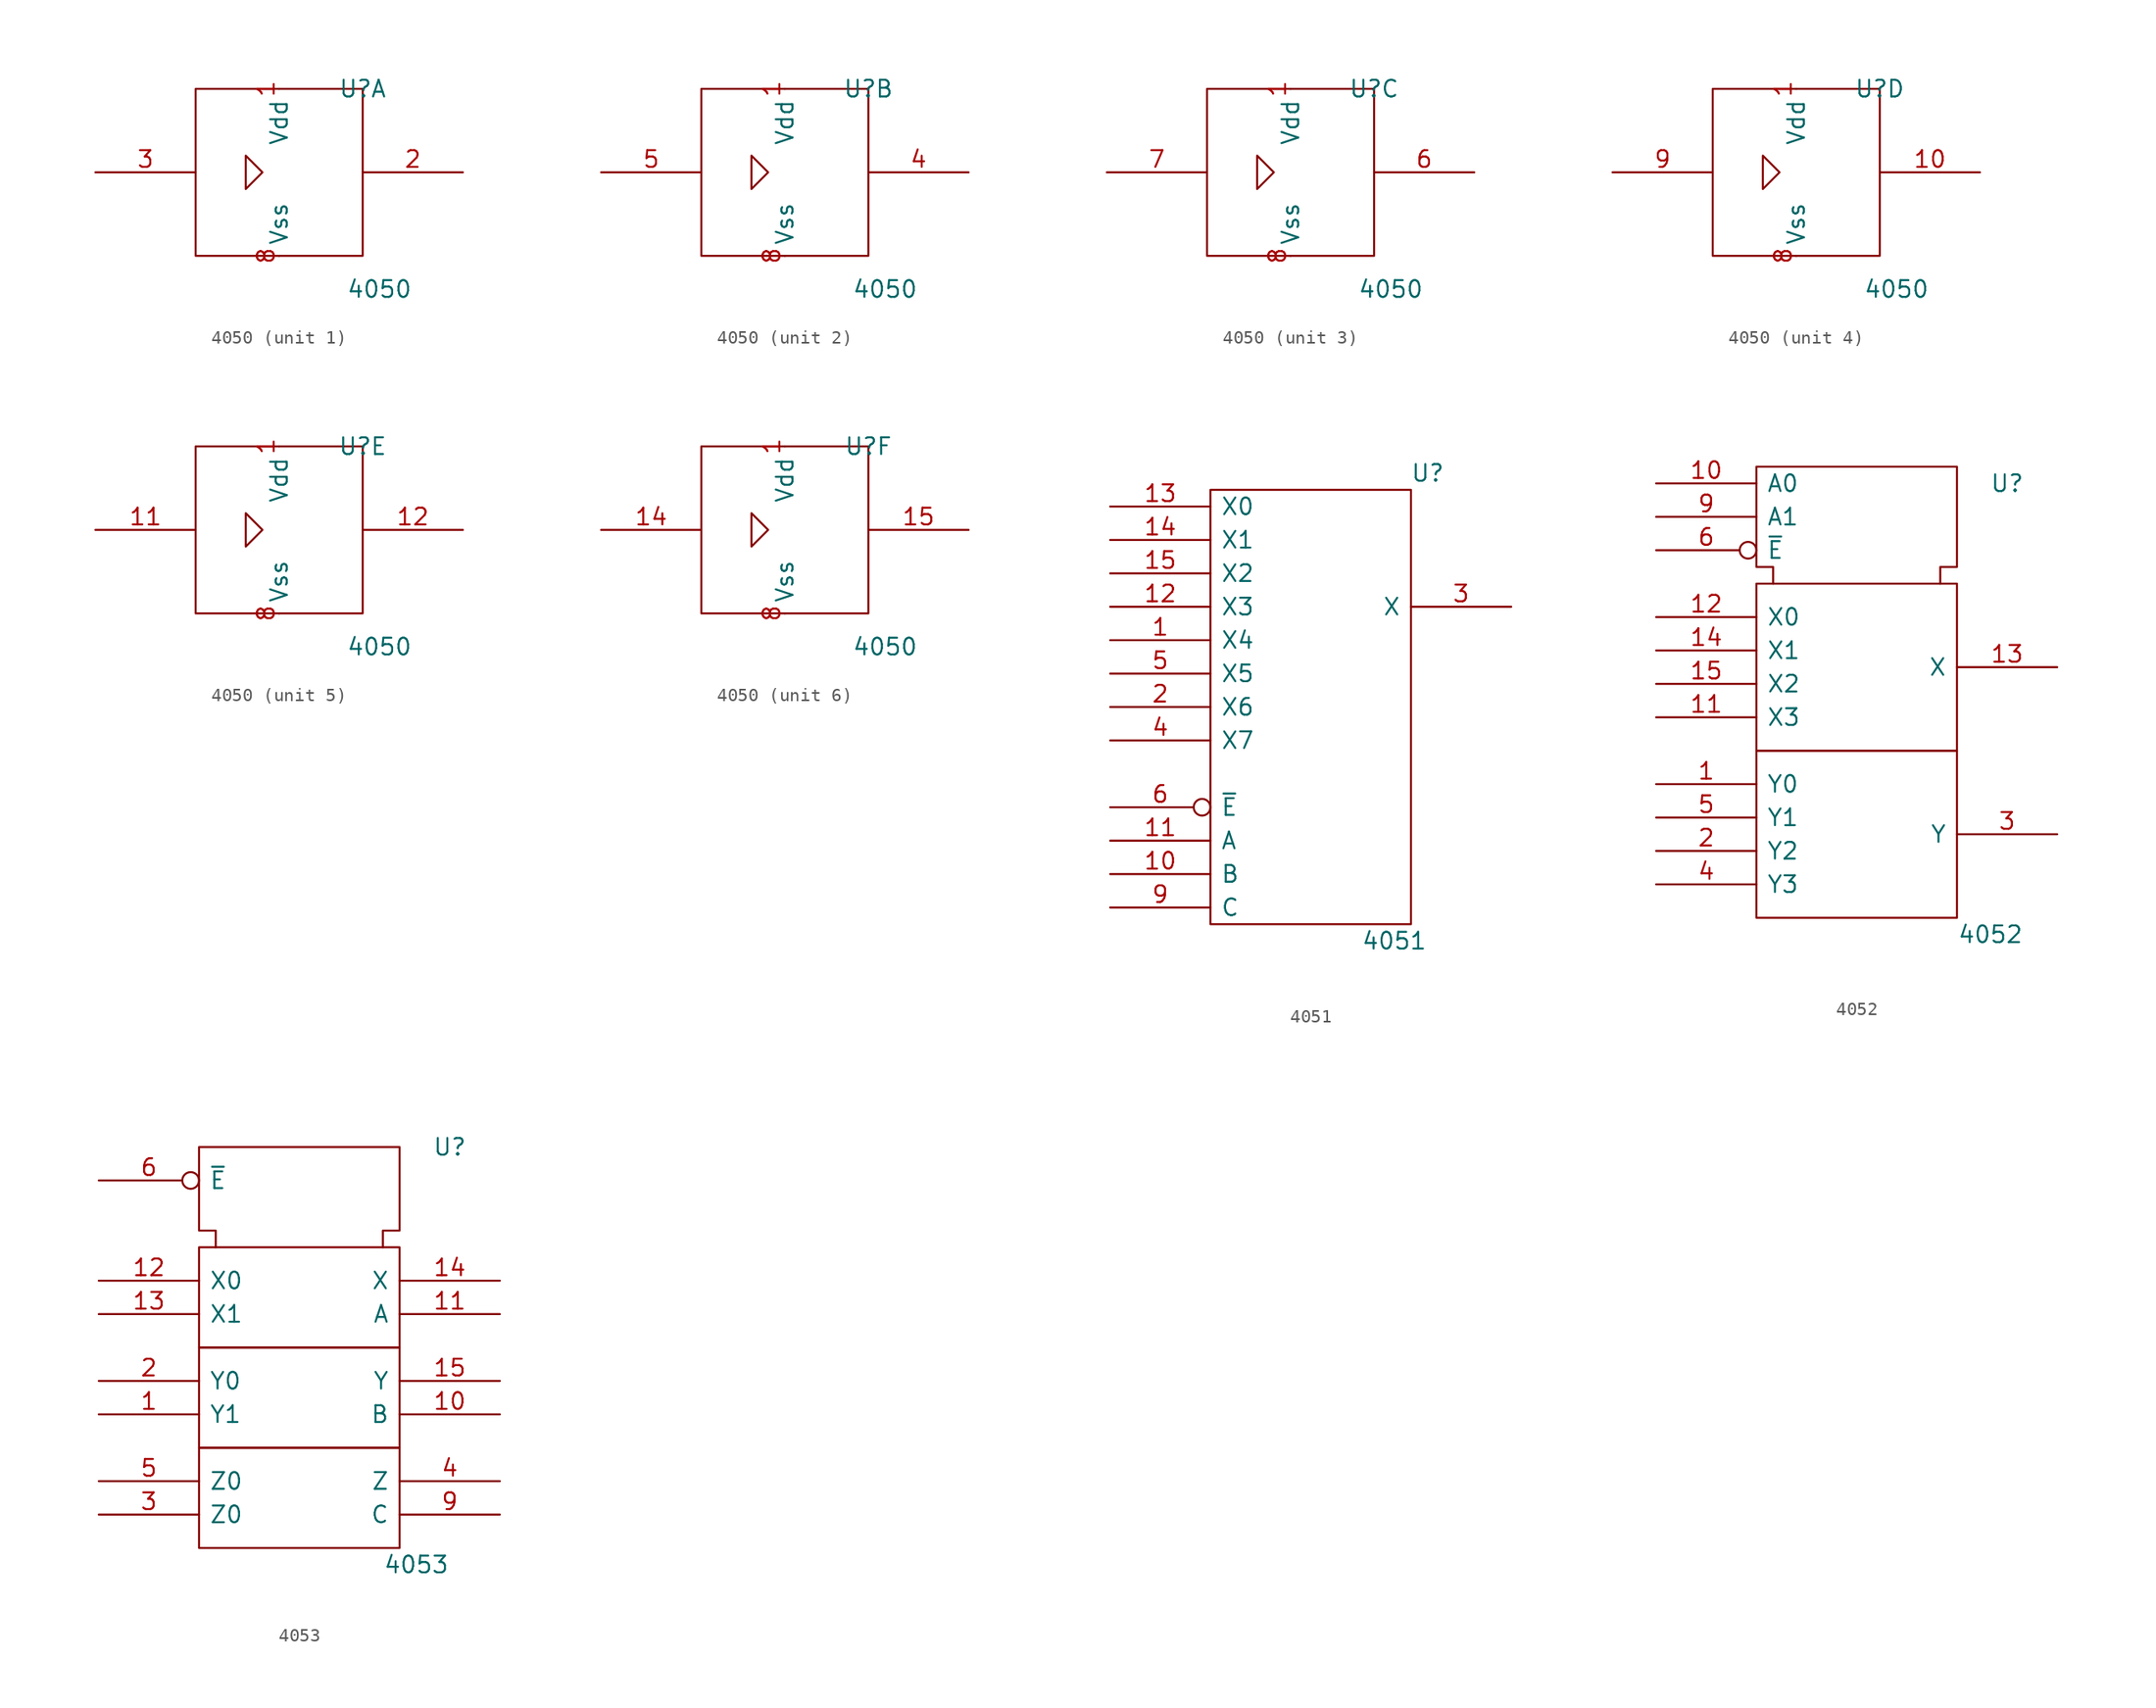
<source format=kicad_sym>
(kicad_symbol_lib
  (version 20200908)
  (generator kicad_symbol_editor)
  (symbol "4xxx_IEEE:4050"
    (pin_names
      (offset 0.762))
    (property "Reference" "U"
      (at 6.35 6.35 0)
      (effects (font (size 1.27 1.27))))
    (property "Value" "4050"
      (at 7.62 -8.89 0)
      (effects (font (size 1.27 1.27))))
    (symbol "4050_0_1"
      (rectangle (start -6.35 6.35) (end 6.35 -6.35) (stroke (width 0)) (fill (type none))))
    (symbol "4050_0_0"
      (polyline (pts (xy -2.54 1.27) (xy -2.54 -1.27) (xy -1.27 0) (xy -2.54 1.27) (xy -2.54 1.27)) (stroke (width 0)) (fill (type none)))
      (pin power_in line (at 0 6.35 270) (length 0) (name "Vdd" (effects (font (size 1.27 1.27)))) (number "1" (effects (font (size 1.27 1.27)))))
      (pin power_in line (at 0 -6.35 90) (length 0) (name "Vss" (effects (font (size 1.27 1.27)))) (number "8" (effects (font (size 1.27 1.27))))))
    (symbol "4050_1_1"
      (pin output line (at 13.97 0 180) (length 7.62) (name "~" (effects (font (size 1.27 1.27)))) (number "2" (effects (font (size 1.27 1.27)))))
      (pin input line (at -13.97 0 0) (length 7.62) (name "~" (effects (font (size 1.27 1.27)))) (number "3" (effects (font (size 1.27 1.27))))))
    (symbol "4050_2_1"
      (pin output line (at 13.97 0 180) (length 7.62) (name "~" (effects (font (size 1.27 1.27)))) (number "4" (effects (font (size 1.27 1.27)))))
      (pin input line (at -13.97 0 0) (length 7.62) (name "~" (effects (font (size 1.27 1.27)))) (number "5" (effects (font (size 1.27 1.27))))))
    (symbol "4050_3_1"
      (pin output line (at 13.97 0 180) (length 7.62) (name "~" (effects (font (size 1.27 1.27)))) (number "6" (effects (font (size 1.27 1.27)))))
      (pin input line (at -13.97 0 0) (length 7.62) (name "~" (effects (font (size 1.27 1.27)))) (number "7" (effects (font (size 1.27 1.27))))))
    (symbol "4050_4_1"
      (pin output line (at 13.97 0 180) (length 7.62) (name "~" (effects (font (size 1.27 1.27)))) (number "10" (effects (font (size 1.27 1.27)))))
      (pin input line (at -13.97 0 0) (length 7.62) (name "~" (effects (font (size 1.27 1.27)))) (number "9" (effects (font (size 1.27 1.27))))))
    (symbol "4050_5_1"
      (pin input line (at -13.97 0 0) (length 7.62) (name "~" (effects (font (size 1.27 1.27)))) (number "11" (effects (font (size 1.27 1.27)))))
      (pin output line (at 13.97 0 180) (length 7.62) (name "~" (effects (font (size 1.27 1.27)))) (number "12" (effects (font (size 1.27 1.27))))))
    (symbol "4050_6_1"
      (pin input line (at -13.97 0 0) (length 7.62) (name "~" (effects (font (size 1.27 1.27)))) (number "14" (effects (font (size 1.27 1.27)))))
      (pin output line (at 13.97 0 180) (length 7.62) (name "~" (effects (font (size 1.27 1.27)))) (number "15" (effects (font (size 1.27 1.27)))))))
  (symbol "4xxx_IEEE:4051"
    (pin_names
      (offset 0.762))
    (property "Reference" "U"
      (at 8.89 17.78 0)
      (effects (font (size 1.27 1.27))))
    (property "Value" "4051"
      (at 6.35 -17.78 0)
      (effects (font (size 1.27 1.27))))
    (symbol "4051_0_1"
      (rectangle (start -7.62 16.51) (end 7.62 -16.51) (stroke (width 0)) (fill (type none))))
    (symbol "4051_0_0"
      (pin power_in line (at 0 16.51 270) (length 0) hide (name "Vdd" (effects (font (size 1.27 1.27)))) (number "16" (effects (font (size 1.27 1.27)))))
      (pin power_in line (at 0 -16.51 90) (length 0) hide (name "Vss" (effects (font (size 1.27 1.27)))) (number "8" (effects (font (size 1.27 1.27))))))
    (symbol "4051_1_1"
      (pin passive line (at -15.24 5.08 0) (length 7.62) (name "X4" (effects (font (size 1.27 1.27)))) (number "1" (effects (font (size 1.27 1.27)))))
      (pin input line (at -15.24 -12.7 0) (length 7.62) (name "B" (effects (font (size 1.27 1.27)))) (number "10" (effects (font (size 1.27 1.27)))))
      (pin input line (at -15.24 -10.16 0) (length 7.62) (name "A" (effects (font (size 1.27 1.27)))) (number "11" (effects (font (size 1.27 1.27)))))
      (pin passive line (at -15.24 7.62 0) (length 7.62) (name "X3" (effects (font (size 1.27 1.27)))) (number "12" (effects (font (size 1.27 1.27)))))
      (pin passive line (at -15.24 15.24 0) (length 7.62) (name "X0" (effects (font (size 1.27 1.27)))) (number "13" (effects (font (size 1.27 1.27)))))
      (pin passive line (at -15.24 12.7 0) (length 7.62) (name "X1" (effects (font (size 1.27 1.27)))) (number "14" (effects (font (size 1.27 1.27)))))
      (pin passive line (at -15.24 10.16 0) (length 7.62) (name "X2" (effects (font (size 1.27 1.27)))) (number "15" (effects (font (size 1.27 1.27)))))
      (pin passive line (at -15.24 0 0) (length 7.62) (name "X6" (effects (font (size 1.27 1.27)))) (number "2" (effects (font (size 1.27 1.27)))))
      (pin passive line (at 15.24 7.62 180) (length 7.62) (name "X" (effects (font (size 1.27 1.27)))) (number "3" (effects (font (size 1.27 1.27)))))
      (pin passive line (at -15.24 -2.54 0) (length 7.62) (name "X7" (effects (font (size 1.27 1.27)))) (number "4" (effects (font (size 1.27 1.27)))))
      (pin passive line (at -15.24 2.54 0) (length 7.62) (name "X5" (effects (font (size 1.27 1.27)))) (number "5" (effects (font (size 1.27 1.27)))))
      (pin input inverted (at -15.24 -7.62 0) (length 7.62) (name "~E" (effects (font (size 1.27 1.27)))) (number "6" (effects (font (size 1.27 1.27)))))
      (pin power_in line (at 5.08 16.51 270) (length 0) hide (name "VEE" (effects (font (size 1.27 1.27)))) (number "7" (effects (font (size 1.27 1.27)))))
      (pin input line (at -15.24 -15.24 0) (length 7.62) (name "C" (effects (font (size 1.27 1.27)))) (number "9" (effects (font (size 1.27 1.27)))))))
  (symbol "4xxx_IEEE:4052"
    (pin_names
      (offset 0.762))
    (property "Reference" "U"
      (at 11.43 15.24 0)
      (effects (font (size 1.27 1.27))))
    (property "Value" "4052"
      (at 10.16 -19.05 0)
      (effects (font (size 1.27 1.27))))
    (symbol "4052_0_1"
      (rectangle (start -7.62 -5.08) (end 7.62 -17.78) (stroke (width 0)) (fill (type none)))
      (rectangle (start -7.62 7.62) (end 7.62 -5.08) (stroke (width 0)) (fill (type none)))
      (polyline (pts (xy -6.35 7.62) (xy -6.35 8.89) (xy -7.62 8.89) (xy -7.62 16.51) (xy 7.62 16.51) (xy 7.62 8.89) (xy 6.35 8.89) (xy 6.35 7.62) (xy 6.35 7.62)) (stroke (width 0)) (fill (type none))))
    (symbol "4052_0_0"
      (pin power_in line (at 5.08 16.51 270) (length 0) hide (name "Vdd" (effects (font (size 1.27 1.27)))) (number "16" (effects (font (size 1.27 1.27)))))
      (pin power_in line (at 0 16.51 270) (length 0) hide (name "Vss" (effects (font (size 1.27 1.27)))) (number "8" (effects (font (size 1.27 1.27))))))
    (symbol "4052_1_1"
      (pin passive line (at -15.24 -7.62 0) (length 7.62) (name "Y0" (effects (font (size 1.27 1.27)))) (number "1" (effects (font (size 1.27 1.27)))))
      (pin input line (at -15.24 15.24 0) (length 7.62) (name "A0" (effects (font (size 1.27 1.27)))) (number "10" (effects (font (size 1.27 1.27)))))
      (pin passive line (at -15.24 -2.54 0) (length 7.62) (name "X3" (effects (font (size 1.27 1.27)))) (number "11" (effects (font (size 1.27 1.27)))))
      (pin passive line (at -15.24 5.08 0) (length 7.62) (name "X0" (effects (font (size 1.27 1.27)))) (number "12" (effects (font (size 1.27 1.27)))))
      (pin passive line (at 15.24 1.27 180) (length 7.62) (name "X" (effects (font (size 1.27 1.27)))) (number "13" (effects (font (size 1.27 1.27)))))
      (pin passive line (at -15.24 2.54 0) (length 7.62) (name "X1" (effects (font (size 1.27 1.27)))) (number "14" (effects (font (size 1.27 1.27)))))
      (pin passive line (at -15.24 0 0) (length 7.62) (name "X2" (effects (font (size 1.27 1.27)))) (number "15" (effects (font (size 1.27 1.27)))))
      (pin passive line (at -15.24 -12.7 0) (length 7.62) (name "Y2" (effects (font (size 1.27 1.27)))) (number "2" (effects (font (size 1.27 1.27)))))
      (pin passive line (at 15.24 -11.43 180) (length 7.62) (name "Y" (effects (font (size 1.27 1.27)))) (number "3" (effects (font (size 1.27 1.27)))))
      (pin passive line (at -15.24 -15.24 0) (length 7.62) (name "Y3" (effects (font (size 1.27 1.27)))) (number "4" (effects (font (size 1.27 1.27)))))
      (pin passive line (at -15.24 -10.16 0) (length 7.62) (name "Y1" (effects (font (size 1.27 1.27)))) (number "5" (effects (font (size 1.27 1.27)))))
      (pin input inverted (at -15.24 10.16 0) (length 7.62) (name "~E" (effects (font (size 1.27 1.27)))) (number "6" (effects (font (size 1.27 1.27)))))
      (pin power_in line (at 2.54 16.51 270) (length 0) hide (name "VEE" (effects (font (size 1.27 1.27)))) (number "7" (effects (font (size 1.27 1.27)))))
      (pin input line (at -15.24 12.7 0) (length 7.62) (name "A1" (effects (font (size 1.27 1.27)))) (number "9" (effects (font (size 1.27 1.27)))))))
  (symbol "4xxx_IEEE:4053"
    (pin_names
      (offset 0.762))
    (property "Reference" "U"
      (at 11.43 13.97 0)
      (effects (font (size 1.27 1.27))))
    (property "Value" "4053"
      (at 8.89 -17.78 0)
      (effects (font (size 1.27 1.27))))
    (symbol "4053_0_1"
      (rectangle (start -7.62 -8.89) (end 7.62 -16.51) (stroke (width 0)) (fill (type none)))
      (rectangle (start -7.62 -1.27) (end 7.62 -8.89) (stroke (width 0)) (fill (type none)))
      (rectangle (start -7.62 6.35) (end 7.62 -1.27) (stroke (width 0)) (fill (type none)))
      (polyline (pts (xy -6.35 6.35) (xy -6.35 7.62) (xy -7.62 7.62) (xy -7.62 13.97) (xy 7.62 13.97) (xy 7.62 7.62) (xy 6.35 7.62) (xy 6.35 6.35) (xy 6.35 6.35)) (stroke (width 0)) (fill (type none))))
    (symbol "4053_0_0"
      (pin power_in line (at 5.08 13.97 270) (length 0) hide (name "VDD" (effects (font (size 1.27 1.27)))) (number "16" (effects (font (size 1.27 1.27)))))
      (pin power_in line (at 0 13.97 270) (length 0) hide (name "VSS" (effects (font (size 1.27 1.27)))) (number "8" (effects (font (size 1.27 1.27))))))
    (symbol "4053_1_1"
      (pin passive line (at -15.24 -6.35 0) (length 7.62) (name "Y1" (effects (font (size 1.27 1.27)))) (number "1" (effects (font (size 1.27 1.27)))))
      (pin input line (at 15.24 -6.35 180) (length 7.62) (name "B" (effects (font (size 1.27 1.27)))) (number "10" (effects (font (size 1.27 1.27)))))
      (pin input line (at 15.24 1.27 180) (length 7.62) (name "A" (effects (font (size 1.27 1.27)))) (number "11" (effects (font (size 1.27 1.27)))))
      (pin passive line (at -15.24 3.81 0) (length 7.62) (name "X0" (effects (font (size 1.27 1.27)))) (number "12" (effects (font (size 1.27 1.27)))))
      (pin passive line (at -15.24 1.27 0) (length 7.62) (name "X1" (effects (font (size 1.27 1.27)))) (number "13" (effects (font (size 1.27 1.27)))))
      (pin passive line (at 15.24 3.81 180) (length 7.62) (name "X" (effects (font (size 1.27 1.27)))) (number "14" (effects (font (size 1.27 1.27)))))
      (pin passive line (at 15.24 -3.81 180) (length 7.62) (name "Y" (effects (font (size 1.27 1.27)))) (number "15" (effects (font (size 1.27 1.27)))))
      (pin passive line (at -15.24 -3.81 0) (length 7.62) (name "Y0" (effects (font (size 1.27 1.27)))) (number "2" (effects (font (size 1.27 1.27)))))
      (pin passive line (at -15.24 -13.97 0) (length 7.62) (name "Z0" (effects (font (size 1.27 1.27)))) (number "3" (effects (font (size 1.27 1.27)))))
      (pin passive line (at 15.24 -11.43 180) (length 7.62) (name "Z" (effects (font (size 1.27 1.27)))) (number "4" (effects (font (size 1.27 1.27)))))
      (pin passive line (at -15.24 -11.43 0) (length 7.62) (name "Z0" (effects (font (size 1.27 1.27)))) (number "5" (effects (font (size 1.27 1.27)))))
      (pin input inverted (at -15.24 11.43 0) (length 7.62) (name "~E" (effects (font (size 1.27 1.27)))) (number "6" (effects (font (size 1.27 1.27)))))
      (pin power_in line (at 2.54 13.97 270) (length 0) hide (name "VEE" (effects (font (size 1.27 1.27)))) (number "7" (effects (font (size 1.27 1.27)))))
      (pin input line (at 15.24 -13.97 180) (length 7.62) (name "C" (effects (font (size 1.27 1.27)))) (number "9" (effects (font (size 1.27 1.27))))))))
</source>
